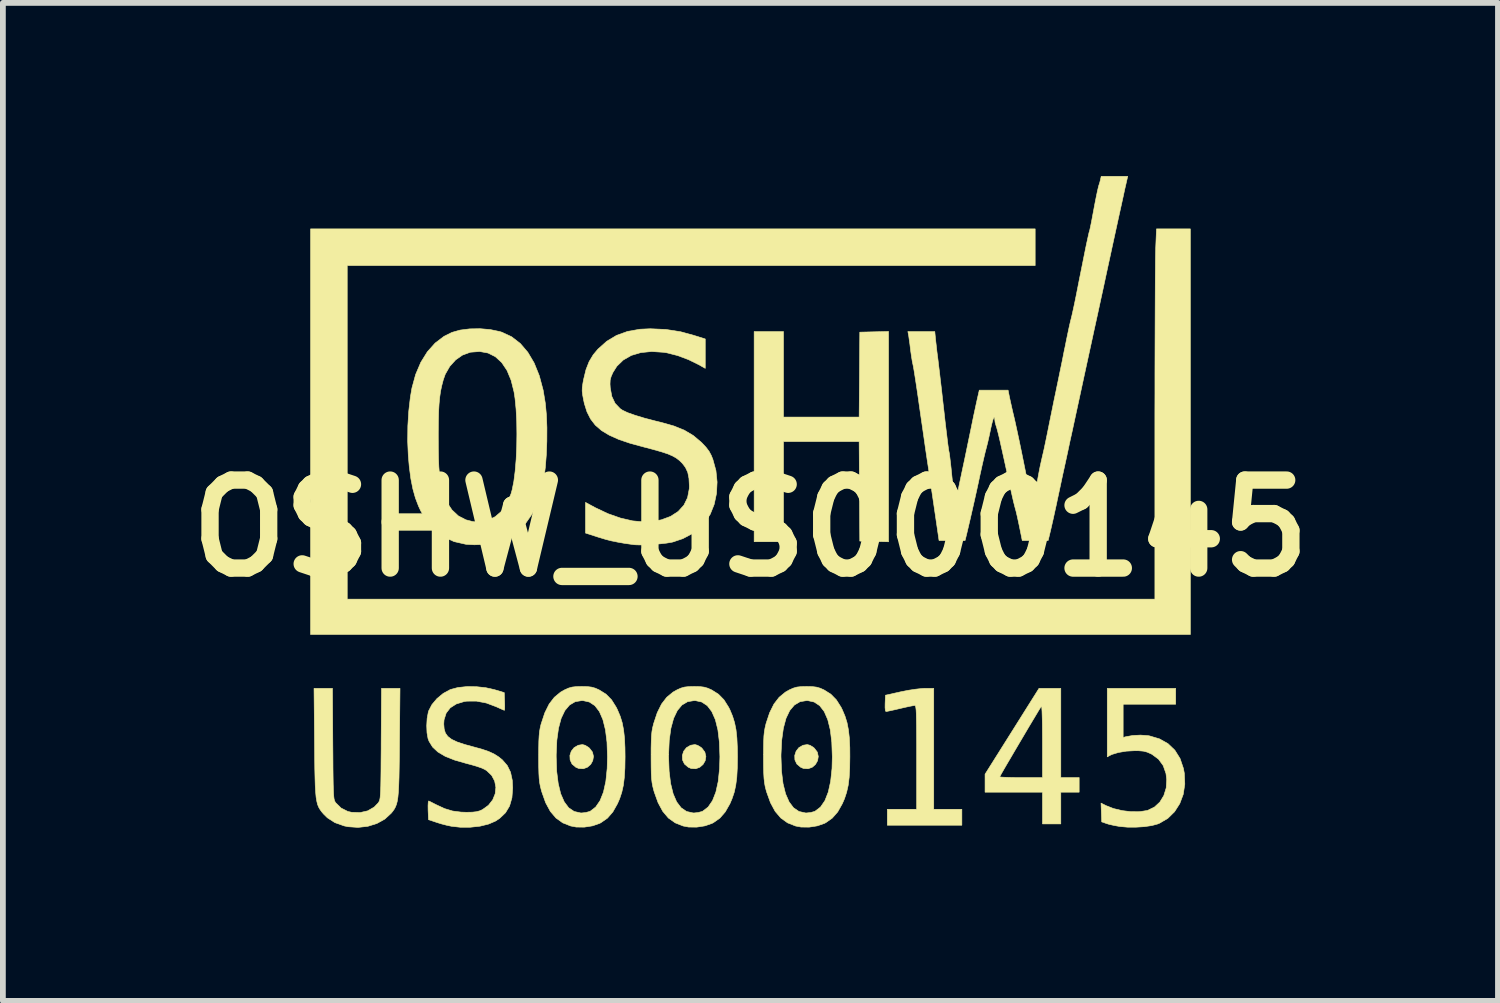
<source format=kicad_pcb>
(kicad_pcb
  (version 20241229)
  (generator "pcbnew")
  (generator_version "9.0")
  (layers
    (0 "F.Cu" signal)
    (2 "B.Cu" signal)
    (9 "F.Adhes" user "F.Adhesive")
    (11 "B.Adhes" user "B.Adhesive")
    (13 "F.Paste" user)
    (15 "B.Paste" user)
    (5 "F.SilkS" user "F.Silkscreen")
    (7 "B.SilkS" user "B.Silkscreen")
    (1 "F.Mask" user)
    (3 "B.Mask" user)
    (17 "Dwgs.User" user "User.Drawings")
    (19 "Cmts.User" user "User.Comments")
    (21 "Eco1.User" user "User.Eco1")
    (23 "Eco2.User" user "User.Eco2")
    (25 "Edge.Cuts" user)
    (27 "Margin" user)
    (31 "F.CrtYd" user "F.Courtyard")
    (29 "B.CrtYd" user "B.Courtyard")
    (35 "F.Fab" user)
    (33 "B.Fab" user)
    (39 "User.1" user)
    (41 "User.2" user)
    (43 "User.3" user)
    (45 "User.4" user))
  (footprint "OSHW_US000145"
    (layer "F.Cu")
    (at 9.95 6.101)
    (property "Reference" "OSHW_US000145" (at 0 0 0) (layer "F.SilkS") (effects (font (size 1.524 1.524) (thickness 0.3))))
    (attr through_hole)
    (fp_poly (pts (xy 2.392 0.234) (xy 2.143 0.228) (xy 1.894 0.222) (xy 1.883 -1.503) (xy 0.572 -1.503) (xy 0.572 0.233) (xy 0.064 0.233) (xy 0.064 -3.408) (xy 0.572 -3.408) (xy 0.572 -1.926) (xy 1.883 -1.926) (xy 1.889 -2.662) (xy 1.894 -3.397) (xy 2.143 -3.403) (xy 2.392 -3.409) (xy 2.392 0.234)) (stroke (width 0.01) (type solid)) (fill yes) (layer "F.SilkS"))
    (fp_poly (pts (xy -2.862 3.76) (xy -2.806 3.795) (xy -2.79 3.808) (xy -2.737 3.877) (xy -2.719 3.953) (xy -2.732 4.026) (xy -2.768 4.091) (xy -2.825 4.14) (xy -2.896 4.166) (xy -2.975 4.161) (xy -3.025 4.14) (xy -3.091 4.084) (xy -3.124 4.013) (xy -3.128 3.936) (xy -3.104 3.862) (xy -3.055 3.8) (xy -2.984 3.759) (xy -2.91 3.747) (xy -2.862 3.76)) (stroke (width 0.01) (type solid)) (fill yes) (layer "F.SilkS"))
    (fp_poly (pts (xy -0.915 3.76) (xy -0.858 3.795) (xy -0.842 3.808) (xy -0.79 3.877) (xy -0.772 3.953) (xy -0.784 4.026) (xy -0.821 4.091) (xy -0.878 4.14) (xy -0.948 4.166) (xy -1.028 4.161) (xy -1.077 4.14) (xy -1.143 4.084) (xy -1.177 4.013) (xy -1.18 3.936) (xy -1.157 3.862) (xy -1.108 3.8) (xy -1.037 3.759) (xy -0.962 3.747) (xy -0.915 3.76)) (stroke (width 0.01) (type solid)) (fill yes) (layer "F.SilkS"))
    (fp_poly (pts (xy 1.033 3.76) (xy 1.089 3.795) (xy 1.105 3.808) (xy 1.158 3.877) (xy 1.175 3.953) (xy 1.163 4.026) (xy 1.126 4.091) (xy 1.07 4.14) (xy 0.999 4.166) (xy 0.919 4.161) (xy 0.87 4.14) (xy 0.804 4.084) (xy 0.77 4.013) (xy 0.767 3.936) (xy 0.791 3.862) (xy 0.839 3.8) (xy 0.91 3.759) (xy 0.985 3.747) (xy 1.033 3.76)) (stroke (width 0.01) (type solid)) (fill yes) (layer "F.SilkS"))
    (fp_poly (pts (xy 4.932 -4.551) (xy -6.985 -4.551) (xy -6.985 1.228) (xy 7.006 1.228) (xy 7.006 -1.646) (xy 7.006 -1.998) (xy 7.007 -2.342) (xy 7.007 -2.677) (xy 7.008 -2.998) (xy 7.009 -3.303) (xy 7.01 -3.59) (xy 7.011 -3.855) (xy 7.012 -4.096) (xy 7.013 -4.309) (xy 7.015 -4.493) (xy 7.016 -4.643) (xy 7.018 -4.758) (xy 7.02 -4.835) (xy 7.02 -4.852) (xy 7.034 -5.186) (xy 7.62 -5.186) (xy 7.62 1.841) (xy -7.62 1.841) (xy -7.62 -5.186) (xy 4.932 -5.186) (xy 4.932 -4.551)) (stroke (width 0.01) (type solid)) (fill yes) (layer "F.SilkS"))
    (fp_poly (pts (xy 3.175 4.868) (xy 3.662 4.868) (xy 3.662 5.144) (xy 2.371 5.144) (xy 2.371 4.868) (xy 2.879 4.868) (xy 2.879 3.969) (xy 2.879 3.748) (xy 2.878 3.566) (xy 2.877 3.419) (xy 2.875 3.303) (xy 2.873 3.215) (xy 2.87 3.152) (xy 2.865 3.109) (xy 2.86 3.084) (xy 2.853 3.072) (xy 2.847 3.069) (xy 2.814 3.074) (xy 2.75 3.086) (xy 2.665 3.105) (xy 2.591 3.122) (xy 2.498 3.144) (xy 2.42 3.161) (xy 2.366 3.172) (xy 2.347 3.175) (xy 2.337 3.156) (xy 2.332 3.104) (xy 2.333 3.034) (xy 2.339 2.892) (xy 2.603 2.833) (xy 2.733 2.807) (xy 2.859 2.788) (xy 2.968 2.776) (xy 3.022 2.773) (xy 3.175 2.773) (xy 3.175 4.868)) (stroke (width 0.01) (type solid)) (fill yes) (layer "F.SilkS"))
    (fp_poly (pts (xy 5.376 4.318) (xy 5.694 4.318) (xy 5.694 4.572) (xy 5.376 4.572) (xy 5.376 5.122) (xy 5.059 5.122) (xy 5.059 4.572) (xy 4.064 4.572) (xy 4.064 4.307) (xy 4.318 4.307) (xy 4.338 4.31) (xy 4.394 4.313) (xy 4.478 4.316) (xy 4.584 4.318) (xy 4.688 4.318) (xy 5.059 4.318) (xy 5.059 3.689) (xy 5.058 3.532) (xy 5.057 3.391) (xy 5.054 3.27) (xy 5.051 3.175) (xy 5.047 3.111) (xy 5.043 3.082) (xy 5.041 3.081) (xy 5.026 3.104) (xy 4.992 3.158) (xy 4.945 3.237) (xy 4.885 3.337) (xy 4.816 3.452) (xy 4.743 3.576) (xy 4.666 3.706) (xy 4.59 3.835) (xy 4.518 3.958) (xy 4.452 4.07) (xy 4.396 4.166) (xy 4.353 4.241) (xy 4.326 4.29) (xy 4.318 4.307) (xy 4.064 4.307) (xy 4.064 4.26) (xy 4.532 3.516) (xy 4.999 2.773) (xy 5.376 2.773) (xy 5.376 4.318)) (stroke (width 0.01) (type solid)) (fill yes) (layer "F.SilkS"))
    (fp_poly (pts (xy 7.366 3.048) (xy 6.456 3.048) (xy 6.456 3.624) (xy 6.503 3.611) (xy 6.621 3.59) (xy 6.756 3.583) (xy 6.884 3.592) (xy 6.91 3.596) (xy 7.085 3.648) (xy 7.233 3.731) (xy 7.352 3.845) (xy 7.442 3.989) (xy 7.5 4.16) (xy 7.516 4.246) (xy 7.524 4.432) (xy 7.497 4.609) (xy 7.437 4.769) (xy 7.347 4.91) (xy 7.23 5.025) (xy 7.087 5.109) (xy 7.053 5.123) (xy 6.953 5.15) (xy 6.824 5.169) (xy 6.68 5.178) (xy 6.534 5.178) (xy 6.399 5.166) (xy 6.38 5.163) (xy 6.293 5.147) (xy 6.21 5.128) (xy 6.168 5.115) (xy 6.085 5.086) (xy 6.073 4.761) (xy 6.158 4.804) (xy 6.288 4.855) (xy 6.438 4.891) (xy 6.595 4.91) (xy 6.744 4.909) (xy 6.873 4.889) (xy 6.882 4.886) (xy 6.998 4.83) (xy 7.092 4.743) (xy 7.161 4.63) (xy 7.202 4.498) (xy 7.211 4.353) (xy 7.198 4.248) (xy 7.15 4.111) (xy 7.069 4) (xy 6.957 3.917) (xy 6.94 3.908) (xy 6.872 3.878) (xy 6.807 3.861) (xy 6.728 3.854) (xy 6.658 3.853) (xy 6.511 3.861) (xy 6.374 3.884) (xy 6.262 3.918) (xy 6.227 3.935) (xy 6.181 3.96) (xy 6.181 2.773) (xy 7.366 2.773) (xy 7.366 3.048)) (stroke (width 0.01) (type solid)) (fill yes) (layer "F.SilkS"))
    (fp_poly (pts (xy -7.235 3.734) (xy -7.233 3.961) (xy -7.232 4.15) (xy -7.23 4.303) (xy -7.228 4.426) (xy -7.225 4.522) (xy -7.222 4.596) (xy -7.218 4.649) (xy -7.213 4.688) (xy -7.206 4.715) (xy -7.198 4.734) (xy -7.188 4.75) (xy -7.184 4.756) (xy -7.091 4.847) (xy -6.976 4.905) (xy -6.911 4.92) (xy -6.762 4.925) (xy -6.63 4.895) (xy -6.518 4.83) (xy -6.447 4.756) (xy -6.437 4.74) (xy -6.428 4.723) (xy -6.421 4.699) (xy -6.415 4.665) (xy -6.411 4.618) (xy -6.407 4.552) (xy -6.404 4.465) (xy -6.402 4.352) (xy -6.4 4.21) (xy -6.399 4.035) (xy -6.397 3.823) (xy -6.397 3.734) (xy -6.391 2.773) (xy -6.071 2.773) (xy -6.08 3.709) (xy -6.082 3.95) (xy -6.085 4.152) (xy -6.088 4.319) (xy -6.093 4.457) (xy -6.099 4.568) (xy -6.107 4.656) (xy -6.118 4.727) (xy -6.132 4.782) (xy -6.15 4.828) (xy -6.171 4.867) (xy -6.197 4.904) (xy -6.224 4.937) (xy -6.334 5.038) (xy -6.471 5.114) (xy -6.628 5.163) (xy -6.797 5.182) (xy -6.97 5.17) (xy -7.038 5.156) (xy -7.199 5.099) (xy -7.328 5.016) (xy -7.396 4.949) (xy -7.429 4.91) (xy -7.456 4.872) (xy -7.479 4.833) (xy -7.498 4.787) (xy -7.512 4.73) (xy -7.524 4.66) (xy -7.532 4.572) (xy -7.539 4.461) (xy -7.543 4.324) (xy -7.547 4.157) (xy -7.549 3.956) (xy -7.551 3.716) (xy -7.551 3.709) (xy -7.56 2.773) (xy -7.241 2.773) (xy -7.235 3.734)) (stroke (width 0.01) (type solid)) (fill yes) (layer "F.SilkS"))
    (fp_poly (pts (xy -2.823 2.743) (xy -2.751 2.752) (xy -2.688 2.77) (xy -2.621 2.8) (xy -2.502 2.874) (xy -2.406 2.972) (xy -2.325 3.101) (xy -2.304 3.144) (xy -2.257 3.255) (xy -2.222 3.368) (xy -2.198 3.492) (xy -2.182 3.633) (xy -2.174 3.802) (xy -2.172 3.958) (xy -2.175 4.154) (xy -2.185 4.316) (xy -2.202 4.453) (xy -2.229 4.573) (xy -2.266 4.685) (xy -2.304 4.772) (xy -2.384 4.914) (xy -2.477 5.021) (xy -2.59 5.1) (xy -2.612 5.112) (xy -2.736 5.155) (xy -2.877 5.177) (xy -3.017 5.176) (xy -3.113 5.158) (xy -3.252 5.103) (xy -3.369 5.019) (xy -3.467 4.904) (xy -3.548 4.754) (xy -3.614 4.568) (xy -3.624 4.533) (xy -3.64 4.469) (xy -3.652 4.405) (xy -3.66 4.334) (xy -3.665 4.246) (xy -3.668 4.135) (xy -3.669 3.991) (xy -3.669 3.958) (xy -3.365 3.958) (xy -3.357 4.208) (xy -3.33 4.422) (xy -3.287 4.6) (xy -3.226 4.739) (xy -3.149 4.842) (xy -3.054 4.906) (xy -2.944 4.931) (xy -2.925 4.932) (xy -2.852 4.924) (xy -2.786 4.906) (xy -2.774 4.901) (xy -2.681 4.829) (xy -2.605 4.718) (xy -2.546 4.57) (xy -2.505 4.384) (xy -2.482 4.161) (xy -2.477 3.958) (xy -2.485 3.707) (xy -2.512 3.492) (xy -2.556 3.315) (xy -2.617 3.175) (xy -2.695 3.073) (xy -2.791 3.01) (xy -2.903 2.985) (xy -2.921 2.985) (xy -3.036 3.004) (xy -3.134 3.062) (xy -3.215 3.158) (xy -3.279 3.292) (xy -3.325 3.464) (xy -3.354 3.673) (xy -3.365 3.92) (xy -3.365 3.958) (xy -3.669 3.958) (xy -3.668 3.807) (xy -3.666 3.69) (xy -3.661 3.598) (xy -3.654 3.524) (xy -3.643 3.46) (xy -3.628 3.396) (xy -3.624 3.383) (xy -3.562 3.196) (xy -3.487 3.045) (xy -3.397 2.928) (xy -3.288 2.838) (xy -3.221 2.8) (xy -3.152 2.769) (xy -3.089 2.751) (xy -3.017 2.743) (xy -2.921 2.741) (xy -2.823 2.743)) (stroke (width 0.01) (type solid)) (fill yes) (layer "F.SilkS"))
    (fp_poly (pts (xy -0.876 2.743) (xy -0.803 2.752) (xy -0.741 2.77) (xy -0.673 2.8) (xy -0.555 2.874) (xy -0.459 2.972) (xy -0.378 3.101) (xy -0.356 3.144) (xy -0.31 3.255) (xy -0.275 3.368) (xy -0.25 3.492) (xy -0.235 3.633) (xy -0.227 3.802) (xy -0.225 3.958) (xy -0.228 4.154) (xy -0.237 4.316) (xy -0.255 4.453) (xy -0.281 4.573) (xy -0.319 4.685) (xy -0.356 4.772) (xy -0.437 4.914) (xy -0.53 5.021) (xy -0.642 5.1) (xy -0.665 5.112) (xy -0.788 5.155) (xy -0.93 5.177) (xy -1.07 5.176) (xy -1.165 5.158) (xy -1.304 5.103) (xy -1.422 5.019) (xy -1.519 4.904) (xy -1.6 4.754) (xy -1.667 4.568) (xy -1.677 4.533) (xy -1.693 4.469) (xy -1.705 4.405) (xy -1.713 4.334) (xy -1.718 4.246) (xy -1.72 4.135) (xy -1.721 3.991) (xy -1.721 3.958) (xy -1.418 3.958) (xy -1.409 4.208) (xy -1.383 4.422) (xy -1.339 4.6) (xy -1.279 4.739) (xy -1.201 4.842) (xy -1.107 4.906) (xy -0.996 4.931) (xy -0.978 4.932) (xy -0.905 4.924) (xy -0.838 4.906) (xy -0.827 4.901) (xy -0.733 4.829) (xy -0.657 4.718) (xy -0.599 4.57) (xy -0.558 4.384) (xy -0.535 4.161) (xy -0.529 3.958) (xy -0.538 3.707) (xy -0.564 3.492) (xy -0.608 3.315) (xy -0.67 3.175) (xy -0.748 3.073) (xy -0.844 3.01) (xy -0.956 2.985) (xy -0.974 2.985) (xy -1.089 3.004) (xy -1.187 3.062) (xy -1.267 3.158) (xy -1.331 3.292) (xy -1.378 3.464) (xy -1.407 3.673) (xy -1.418 3.92) (xy -1.418 3.958) (xy -1.721 3.958) (xy -1.721 3.807) (xy -1.718 3.69) (xy -1.714 3.598) (xy -1.707 3.524) (xy -1.696 3.46) (xy -1.68 3.396) (xy -1.677 3.383) (xy -1.615 3.196) (xy -1.54 3.045) (xy -1.45 2.928) (xy -1.341 2.838) (xy -1.274 2.8) (xy -1.205 2.769) (xy -1.142 2.751) (xy -1.069 2.743) (xy -0.974 2.741) (xy -0.876 2.743)) (stroke (width 0.01) (type solid)) (fill yes) (layer "F.SilkS"))
    (fp_poly (pts (xy 1.072 2.743) (xy 1.144 2.752) (xy 1.207 2.77) (xy 1.274 2.8) (xy 1.392 2.874) (xy 1.488 2.972) (xy 1.57 3.101) (xy 1.591 3.144) (xy 1.638 3.255) (xy 1.673 3.368) (xy 1.697 3.492) (xy 1.713 3.633) (xy 1.721 3.802) (xy 1.722 3.958) (xy 1.719 4.154) (xy 1.71 4.316) (xy 1.693 4.453) (xy 1.666 4.573) (xy 1.629 4.685) (xy 1.591 4.772) (xy 1.511 4.914) (xy 1.417 5.021) (xy 1.305 5.1) (xy 1.282 5.112) (xy 1.159 5.155) (xy 1.018 5.177) (xy 0.877 5.176) (xy 0.782 5.158) (xy 0.643 5.103) (xy 0.526 5.019) (xy 0.428 4.904) (xy 0.347 4.754) (xy 0.28 4.568) (xy 0.27 4.533) (xy 0.254 4.469) (xy 0.243 4.405) (xy 0.235 4.334) (xy 0.23 4.246) (xy 0.227 4.135) (xy 0.226 3.991) (xy 0.226 3.958) (xy 0.529 3.958) (xy 0.538 4.208) (xy 0.564 4.422) (xy 0.608 4.6) (xy 0.669 4.739) (xy 0.746 4.842) (xy 0.84 4.906) (xy 0.951 4.931) (xy 0.969 4.932) (xy 1.043 4.924) (xy 1.109 4.906) (xy 1.12 4.901) (xy 1.214 4.829) (xy 1.29 4.718) (xy 1.348 4.57) (xy 1.389 4.384) (xy 1.413 4.161) (xy 1.418 3.958) (xy 1.409 3.707) (xy 1.383 3.492) (xy 1.339 3.315) (xy 1.278 3.175) (xy 1.199 3.073) (xy 1.104 3.01) (xy 0.991 2.985) (xy 0.974 2.985) (xy 0.859 3.004) (xy 0.761 3.062) (xy 0.68 3.158) (xy 0.616 3.292) (xy 0.57 3.464) (xy 0.541 3.673) (xy 0.529 3.92) (xy 0.529 3.958) (xy 0.226 3.958) (xy 0.227 3.807) (xy 0.229 3.69) (xy 0.233 3.598) (xy 0.241 3.524) (xy 0.252 3.46) (xy 0.267 3.396) (xy 0.27 3.383) (xy 0.332 3.196) (xy 0.407 3.045) (xy 0.497 2.928) (xy 0.606 2.838) (xy 0.673 2.8) (xy 0.743 2.769) (xy 0.805 2.751) (xy 0.878 2.743) (xy 0.974 2.741) (xy 1.072 2.743)) (stroke (width 0.01) (type solid)) (fill yes) (layer "F.SilkS"))
    (fp_poly (pts (xy -4.751 2.744) (xy -4.585 2.762) (xy -4.434 2.796) (xy -4.265 2.847) (xy -4.259 3) (xy -4.257 3.075) (xy -4.258 3.129) (xy -4.262 3.153) (xy -4.262 3.154) (xy -4.285 3.145) (xy -4.335 3.123) (xy -4.401 3.093) (xy -4.403 3.092) (xy -4.576 3.027) (xy -4.749 2.994) (xy -4.913 2.995) (xy -4.957 3.001) (xy -5.095 3.043) (xy -5.2 3.11) (xy -5.271 3.202) (xy -5.308 3.318) (xy -5.313 3.39) (xy -5.306 3.476) (xy -5.285 3.547) (xy -5.243 3.606) (xy -5.176 3.657) (xy -5.081 3.702) (xy -4.952 3.745) (xy -4.802 3.786) (xy -4.652 3.827) (xy -4.535 3.867) (xy -4.442 3.91) (xy -4.364 3.959) (xy -4.298 4.012) (xy -4.213 4.11) (xy -4.156 4.226) (xy -4.126 4.366) (xy -4.119 4.498) (xy -4.132 4.669) (xy -4.173 4.811) (xy -4.243 4.928) (xy -4.346 5.026) (xy -4.416 5.072) (xy -4.536 5.124) (xy -4.686 5.161) (xy -4.853 5.179) (xy -5.029 5.179) (xy -5.18 5.162) (xy -5.261 5.145) (xy -5.357 5.12) (xy -5.434 5.096) (xy -5.577 5.048) (xy -5.584 4.882) (xy -5.585 4.806) (xy -5.582 4.75) (xy -5.575 4.724) (xy -5.573 4.724) (xy -5.546 4.737) (xy -5.495 4.763) (xy -5.45 4.786) (xy -5.3 4.856) (xy -5.16 4.898) (xy -5.013 4.917) (xy -4.921 4.92) (xy -4.819 4.918) (xy -4.745 4.91) (xy -4.687 4.894) (xy -4.643 4.874) (xy -4.539 4.799) (xy -4.465 4.705) (xy -4.422 4.599) (xy -4.41 4.488) (xy -4.431 4.379) (xy -4.483 4.281) (xy -4.569 4.199) (xy -4.604 4.177) (xy -4.659 4.152) (xy -4.743 4.123) (xy -4.843 4.094) (xy -4.92 4.074) (xy -5.123 4.016) (xy -5.287 3.951) (xy -5.414 3.876) (xy -5.506 3.79) (xy -5.567 3.691) (xy -5.585 3.644) (xy -5.603 3.543) (xy -5.608 3.421) (xy -5.601 3.296) (xy -5.581 3.187) (xy -5.574 3.163) (xy -5.518 3.055) (xy -5.431 2.951) (xy -5.322 2.861) (xy -5.203 2.796) (xy -5.196 2.793) (xy -5.069 2.759) (xy -4.917 2.743) (xy -4.751 2.744)) (stroke (width 0.01) (type solid)) (fill yes) (layer "F.SilkS"))
    (fp_poly (pts (xy -4.508 -3.442) (xy -4.346 -3.408) (xy -4.306 -3.396) (xy -4.137 -3.317) (xy -3.987 -3.201) (xy -3.857 -3.049) (xy -3.747 -2.863) (xy -3.658 -2.643) (xy -3.591 -2.392) (xy -3.554 -2.168) (xy -3.535 -1.967) (xy -3.526 -1.744) (xy -3.527 -1.511) (xy -3.536 -1.276) (xy -3.554 -1.051) (xy -3.58 -0.845) (xy -3.614 -0.669) (xy -3.62 -0.644) (xy -3.69 -0.434) (xy -3.785 -0.243) (xy -3.901 -0.077) (xy -4.036 0.061) (xy -4.185 0.167) (xy -4.345 0.235) (xy -4.368 0.242) (xy -4.492 0.266) (xy -4.637 0.281) (xy -4.783 0.286) (xy -4.911 0.279) (xy -4.932 0.277) (xy -5.134 0.231) (xy -5.312 0.151) (xy -5.466 0.037) (xy -5.599 -0.113) (xy -5.711 -0.3) (xy -5.749 -0.381) (xy -5.804 -0.525) (xy -5.848 -0.682) (xy -5.883 -0.859) (xy -5.91 -1.064) (xy -5.927 -1.261) (xy -5.938 -1.509) (xy -5.937 -1.587) (xy -5.408 -1.587) (xy -5.407 -1.38) (xy -5.404 -1.207) (xy -5.398 -1.064) (xy -5.388 -0.942) (xy -5.374 -0.836) (xy -5.356 -0.737) (xy -5.332 -0.64) (xy -5.322 -0.606) (xy -5.259 -0.449) (xy -5.17 -0.317) (xy -5.06 -0.214) (xy -4.931 -0.147) (xy -4.928 -0.146) (xy -4.804 -0.114) (xy -4.69 -0.11) (xy -4.566 -0.135) (xy -4.553 -0.139) (xy -4.422 -0.2) (xy -4.309 -0.297) (xy -4.218 -0.43) (xy -4.148 -0.596) (xy -4.128 -0.666) (xy -4.099 -0.811) (xy -4.076 -0.99) (xy -4.059 -1.193) (xy -4.049 -1.41) (xy -4.046 -1.633) (xy -4.049 -1.854) (xy -4.06 -2.062) (xy -4.078 -2.248) (xy -4.095 -2.36) (xy -4.146 -2.564) (xy -4.217 -2.734) (xy -4.309 -2.871) (xy -4.419 -2.972) (xy -4.547 -3.036) (xy -4.69 -3.062) (xy -4.848 -3.05) (xy -4.857 -3.048) (xy -4.988 -3) (xy -5.107 -2.917) (xy -5.209 -2.804) (xy -5.287 -2.668) (xy -5.321 -2.572) (xy -5.347 -2.473) (xy -5.368 -2.375) (xy -5.383 -2.271) (xy -5.394 -2.154) (xy -5.402 -2.018) (xy -5.406 -1.856) (xy -5.408 -1.661) (xy -5.408 -1.587) (xy -5.937 -1.587) (xy -5.935 -1.77) (xy -5.919 -2.029) (xy -5.891 -2.272) (xy -5.864 -2.43) (xy -5.8 -2.664) (xy -5.71 -2.875) (xy -5.597 -3.057) (xy -5.462 -3.208) (xy -5.308 -3.325) (xy -5.171 -3.393) (xy -5.03 -3.433) (xy -4.863 -3.454) (xy -4.684 -3.457) (xy -4.508 -3.442)) (stroke (width 0.01) (type solid)) (fill yes) (layer "F.SilkS"))
    (fp_poly (pts (xy -1.465 -3.444) (xy -1.209 -3.404) (xy -0.979 -3.341) (xy -0.783 -3.279) (xy -0.783 -2.77) (xy -0.894 -2.833) (xy -1.073 -2.921) (xy -1.263 -2.992) (xy -1.447 -3.039) (xy -1.504 -3.048) (xy -1.712 -3.062) (xy -1.9 -3.043) (xy -2.065 -2.994) (xy -2.204 -2.914) (xy -2.315 -2.806) (xy -2.383 -2.698) (xy -2.414 -2.627) (xy -2.43 -2.567) (xy -2.433 -2.498) (xy -2.429 -2.435) (xy -2.402 -2.285) (xy -2.345 -2.164) (xy -2.257 -2.072) (xy -2.217 -2.045) (xy -2.129 -2.003) (xy -2.002 -1.958) (xy -1.841 -1.909) (xy -1.647 -1.858) (xy -1.543 -1.833) (xy -1.327 -1.772) (xy -1.145 -1.698) (xy -0.99 -1.606) (xy -0.856 -1.493) (xy -0.845 -1.483) (xy -0.77 -1.403) (xy -0.717 -1.333) (xy -0.678 -1.26) (xy -0.651 -1.192) (xy -0.598 -0.999) (xy -0.578 -0.801) (xy -0.588 -0.604) (xy -0.628 -0.415) (xy -0.697 -0.243) (xy -0.793 -0.093) (xy -0.864 -0.016) (xy -1.006 0.092) (xy -1.172 0.18) (xy -1.348 0.239) (xy -1.373 0.244) (xy -1.458 0.258) (xy -1.567 0.27) (xy -1.688 0.28) (xy -1.809 0.286) (xy -1.917 0.289) (xy -1.999 0.286) (xy -2.021 0.284) (xy -2.177 0.262) (xy -2.302 0.24) (xy -2.41 0.218) (xy -2.511 0.192) (xy -2.619 0.159) (xy -2.63 0.156) (xy -2.857 0.083) (xy -2.857 -0.448) (xy -2.683 -0.354) (xy -2.469 -0.253) (xy -2.253 -0.177) (xy -2.042 -0.128) (xy -1.845 -0.11) (xy -1.737 -0.113) (xy -1.545 -0.146) (xy -1.383 -0.206) (xy -1.252 -0.291) (xy -1.153 -0.4) (xy -1.089 -0.531) (xy -1.06 -0.683) (xy -1.058 -0.729) (xy -1.065 -0.863) (xy -1.086 -0.968) (xy -1.126 -1.054) (xy -1.18 -1.125) (xy -1.23 -1.174) (xy -1.286 -1.217) (xy -1.354 -1.255) (xy -1.44 -1.291) (xy -1.551 -1.327) (xy -1.692 -1.367) (xy -1.841 -1.406) (xy -2.081 -1.471) (xy -2.282 -1.539) (xy -2.447 -1.613) (xy -2.581 -1.694) (xy -2.688 -1.787) (xy -2.77 -1.894) (xy -2.832 -2.017) (xy -2.877 -2.159) (xy -2.89 -2.22) (xy -2.907 -2.31) (xy -2.915 -2.377) (xy -2.913 -2.44) (xy -2.902 -2.515) (xy -2.89 -2.579) (xy -2.849 -2.748) (xy -2.795 -2.886) (xy -2.724 -3.005) (xy -2.642 -3.103) (xy -2.49 -3.239) (xy -2.32 -3.341) (xy -2.129 -3.41) (xy -1.914 -3.448) (xy -1.736 -3.456) (xy -1.465 -3.444)) (stroke (width 0.01) (type solid)) (fill yes) (layer "F.SilkS"))
    (fp_poly (pts (xy 6.505 -5.964) (xy 6.485 -5.878) (xy 6.458 -5.752) (xy 6.422 -5.588) (xy 6.378 -5.389) (xy 6.327 -5.155) (xy 6.269 -4.889) (xy 6.244 -4.773) (xy 6.203 -4.585) (xy 6.161 -4.391) (xy 6.117 -4.185) (xy 6.068 -3.961) (xy 6.014 -3.711) (xy 5.952 -3.429) (xy 5.927 -3.313) (xy 5.853 -2.973) (xy 5.786 -2.665) (xy 5.724 -2.378) (xy 5.664 -2.101) (xy 5.61 -1.852) (xy 5.575 -1.689) (xy 5.534 -1.504) (xy 5.494 -1.315) (xy 5.456 -1.14) (xy 5.438 -1.058) (xy 5.406 -0.913) (xy 5.374 -0.762) (xy 5.343 -0.617) (xy 5.316 -0.492) (xy 5.302 -0.423) (xy 5.275 -0.301) (xy 5.246 -0.168) (xy 5.218 -0.045) (xy 5.204 0.016) (xy 5.157 0.212) (xy 4.708 0.212) (xy 4.66 -0.026) (xy 4.638 -0.13) (xy 4.617 -0.225) (xy 4.599 -0.301) (xy 4.588 -0.339) (xy 4.576 -0.385) (xy 4.556 -0.464) (xy 4.533 -0.565) (xy 4.507 -0.679) (xy 4.495 -0.73) (xy 4.464 -0.873) (xy 4.428 -1.038) (xy 4.391 -1.207) (xy 4.357 -1.361) (xy 4.351 -1.386) (xy 4.325 -1.504) (xy 4.3 -1.61) (xy 4.278 -1.697) (xy 4.262 -1.755) (xy 4.255 -1.774) (xy 4.238 -1.834) (xy 4.233 -1.878) (xy 4.229 -1.918) (xy 4.219 -1.92) (xy 4.203 -1.888) (xy 4.185 -1.825) (xy 4.164 -1.736) (xy 4.16 -1.714) (xy 4.137 -1.607) (xy 4.111 -1.492) (xy 4.086 -1.393) (xy 4.084 -1.386) (xy 4.064 -1.309) (xy 4.039 -1.203) (xy 4.011 -1.081) (xy 3.984 -0.958) (xy 3.98 -0.942) (xy 3.95 -0.8) (xy 3.915 -0.639) (xy 3.877 -0.469) (xy 3.839 -0.301) (xy 3.803 -0.144) (xy 3.771 -0.008) (xy 3.746 0.098) (xy 3.745 0.101) (xy 3.718 0.212) (xy 3.267 0.212) (xy 3.198 -0.259) (xy 3.172 -0.436) (xy 3.142 -0.638) (xy 3.112 -0.848) (xy 3.082 -1.048) (xy 3.058 -1.206) (xy 3.033 -1.375) (xy 3.005 -1.572) (xy 2.975 -1.78) (xy 2.945 -1.986) (xy 2.918 -2.174) (xy 2.913 -2.212) (xy 2.891 -2.362) (xy 2.87 -2.502) (xy 2.851 -2.626) (xy 2.835 -2.727) (xy 2.823 -2.797) (xy 2.817 -2.826) (xy 2.804 -2.886) (xy 2.79 -2.973) (xy 2.776 -3.07) (xy 2.772 -3.101) (xy 2.761 -3.194) (xy 2.749 -3.277) (xy 2.741 -3.336) (xy 2.738 -3.35) (xy 2.727 -3.408) (xy 3.193 -3.408) (xy 3.207 -3.265) (xy 3.217 -3.18) (xy 3.229 -3.07) (xy 3.244 -2.955) (xy 3.251 -2.9) (xy 3.26 -2.821) (xy 3.274 -2.708) (xy 3.29 -2.568) (xy 3.309 -2.409) (xy 3.328 -2.238) (xy 3.348 -2.063) (xy 3.353 -2.021) (xy 3.371 -1.858) (xy 3.389 -1.708) (xy 3.405 -1.576) (xy 3.418 -1.467) (xy 3.429 -1.387) (xy 3.436 -1.341) (xy 3.438 -1.333) (xy 3.444 -1.302) (xy 3.453 -1.237) (xy 3.464 -1.146) (xy 3.476 -1.038) (xy 3.481 -0.984) (xy 3.497 -0.832) (xy 3.51 -0.717) (xy 3.521 -0.635) (xy 3.53 -0.58) (xy 3.538 -0.547) (xy 3.547 -0.532) (xy 3.553 -0.529) (xy 3.567 -0.548) (xy 3.583 -0.596) (xy 3.593 -0.64) (xy 3.605 -0.696) (xy 3.623 -0.784) (xy 3.647 -0.897) (xy 3.674 -1.025) (xy 3.703 -1.16) (xy 3.704 -1.164) (xy 3.735 -1.313) (xy 3.767 -1.468) (xy 3.798 -1.617) (xy 3.825 -1.747) (xy 3.842 -1.831) (xy 3.866 -1.948) (xy 3.892 -2.068) (xy 3.915 -2.175) (xy 3.929 -2.238) (xy 3.964 -2.392) (xy 4.463 -2.392) (xy 4.487 -2.27) (xy 4.505 -2.188) (xy 4.528 -2.085) (xy 4.551 -1.985) (xy 4.553 -1.979) (xy 4.58 -1.863) (xy 4.614 -1.708) (xy 4.655 -1.517) (xy 4.701 -1.294) (xy 4.752 -1.042) (xy 4.785 -0.878) (xy 4.808 -0.766) (xy 4.829 -0.666) (xy 4.846 -0.588) (xy 4.857 -0.54) (xy 4.86 -0.529) (xy 4.876 -0.51) (xy 4.896 -0.531) (xy 4.919 -0.593) (xy 4.944 -0.693) (xy 4.972 -0.831) (xy 4.974 -0.84) (xy 4.995 -0.955) (xy 5.017 -1.067) (xy 5.038 -1.162) (xy 5.053 -1.228) (xy 5.067 -1.288) (xy 5.088 -1.38) (xy 5.112 -1.494) (xy 5.138 -1.62) (xy 5.155 -1.704) (xy 5.186 -1.859) (xy 5.222 -2.035) (xy 5.258 -2.213) (xy 5.292 -2.373) (xy 5.3 -2.413) (xy 5.331 -2.561) (xy 5.366 -2.732) (xy 5.403 -2.91) (xy 5.436 -3.078) (xy 5.45 -3.143) (xy 5.476 -3.273) (xy 5.502 -3.397) (xy 5.525 -3.505) (xy 5.544 -3.587) (xy 5.555 -3.63) (xy 5.569 -3.688) (xy 5.589 -3.777) (xy 5.613 -3.888) (xy 5.638 -4.01) (xy 5.651 -4.075) (xy 5.703 -4.339) (xy 5.748 -4.562) (xy 5.785 -4.747) (xy 5.815 -4.895) (xy 5.839 -5.006) (xy 5.856 -5.083) (xy 5.866 -5.127) (xy 5.87 -5.138) (xy 5.877 -5.163) (xy 5.89 -5.223) (xy 5.908 -5.31) (xy 5.928 -5.418) (xy 5.946 -5.514) (xy 5.969 -5.636) (xy 5.991 -5.747) (xy 6.01 -5.838) (xy 6.025 -5.902) (xy 6.031 -5.927) (xy 6.051 -5.99) (xy 6.063 -6.038) (xy 6.076 -6.096) (xy 6.535 -6.096) (xy 6.505 -5.964)) (stroke (width 0.01) (type solid)) (fill yes) (layer "F.SilkS")))
  (gr_rect
    (start -3 -3)
    (end 22.899 14.288)
    (stroke (width 0.1) (type default))
    (fill no)
    (layer "Edge.Cuts")))
</source>
